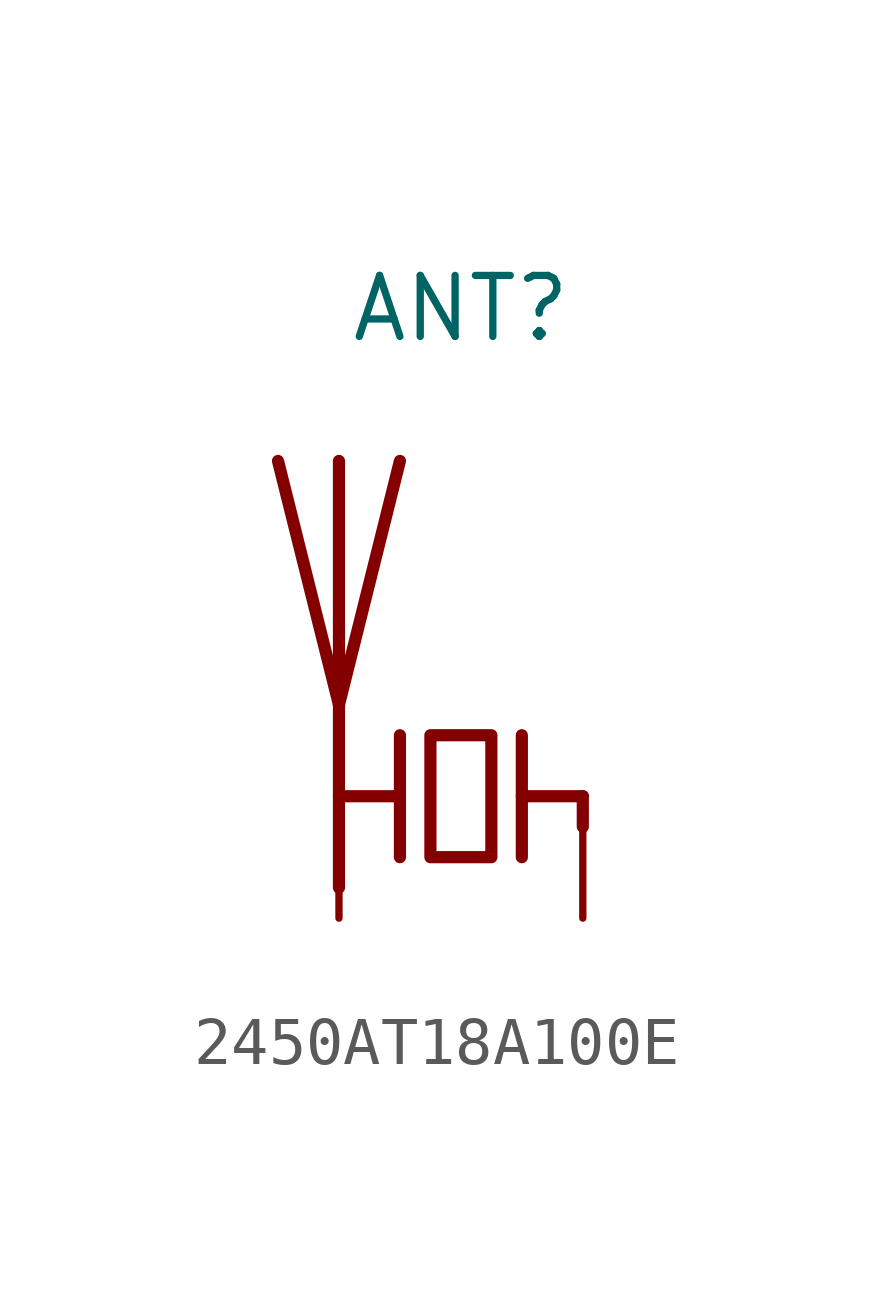
<source format=kicad_sym>
(kicad_symbol_lib
  (version 20231120)
  (generator "kicad_symbol_editor")
  (generator_version "8.0")
  (symbol "2450AT18A100E"
    (pin_numbers hide)
    (pin_names
      (offset 0) hide)
    (property "Reference" "ANT"
      (at 0 10.16 0)
      (effects (font (size 1.27 1.27))))
    (symbol "2450AT18A100E_0_1"
      (polyline (pts (xy -2.54 -0.635) (xy -2.54 0)) (stroke (width 0) (type default)) (fill (type none)))
      (polyline (pts (xy -2.54 6.985) (xy -2.54 -1.905)) (stroke (width 0.254) (type default)) (fill (type none)))
      (polyline (pts (xy -1.27 0) (xy -2.54 0)) (stroke (width 0.254) (type default)) (fill (type none)))
      (polyline (pts (xy -1.27 1.27) (xy -1.27 -1.27)) (stroke (width 0.254) (type default)) (fill (type none)))
      (polyline (pts (xy 2.54 0) (xy 1.27 0)) (stroke (width 0.254) (type default)) (fill (type none)))
      (polyline (pts (xy 2.54 0) (xy 2.54 -0.635)) (stroke (width 0.254) (type default)) (fill (type none)))
      (polyline (pts (xy -3.81 6.985) (xy -2.54 1.905) (xy -1.27 6.985)) (stroke (width 0.254) (type default)) (fill (type none)))
      (polyline (pts (xy 1.27 1.27) (xy 1.27 -1.27) (xy 1.27 0)) (stroke (width 0.254) (type default)) (fill (type none)))
      (polyline (pts (xy 0.635 1.27) (xy -0.635 1.27) (xy -0.635 -1.27) (xy 0.635 -1.27) (xy 0.635 1.27)) (stroke (width 0.254) (type default)) (fill (type none))))
    (symbol "2450AT18A100E_1_1"
      (pin input line (at 2.54 -2.54 90) (length 2.54) (name "FEED" (effects (font (size 1.27 1.27)))) (number "1" (effects (font (size 1.27 1.27)))))
      (pin passive line (at -2.54 -2.54 90) (length 2.54) (name "PCB_Trace" (effects (font (size 1.27 1.27)))) (number "2" (effects (font (size 1.27 1.27))))))))
</source>
